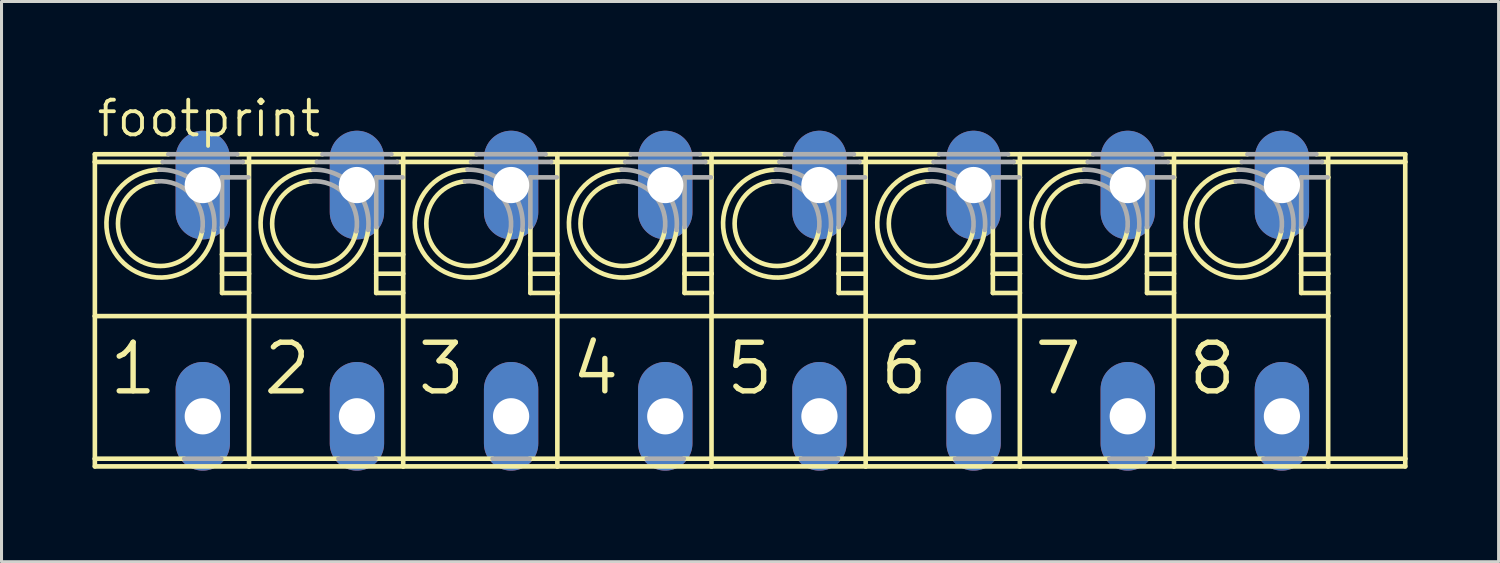
<source format=kicad_pcb>
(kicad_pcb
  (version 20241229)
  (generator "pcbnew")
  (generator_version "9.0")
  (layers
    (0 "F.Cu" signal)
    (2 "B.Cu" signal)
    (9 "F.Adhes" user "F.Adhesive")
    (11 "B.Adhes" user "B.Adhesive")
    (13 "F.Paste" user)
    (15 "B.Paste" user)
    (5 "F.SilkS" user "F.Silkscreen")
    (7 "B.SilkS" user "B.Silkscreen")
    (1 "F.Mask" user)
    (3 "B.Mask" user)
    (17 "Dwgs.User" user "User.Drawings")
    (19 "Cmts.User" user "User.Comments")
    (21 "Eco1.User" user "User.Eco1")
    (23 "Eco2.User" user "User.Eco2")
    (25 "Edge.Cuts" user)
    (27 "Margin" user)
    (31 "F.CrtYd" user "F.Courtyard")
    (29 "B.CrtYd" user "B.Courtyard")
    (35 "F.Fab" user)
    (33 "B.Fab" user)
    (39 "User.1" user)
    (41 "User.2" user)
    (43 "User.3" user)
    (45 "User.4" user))
  (footprint "footprint"
    (layer "F.Cu")
    (at 21.412 6.858)
    (property "Reference" "footprint" (at -21.336 -5.334 0) (layer "F.SilkS") (effects (font (size 1.143 1.143) (thickness 0.127)) (justify left bottom)))
    (fp_line (start -21.336 -4.572) (end -21.336 -4.826) (stroke (width 0.152) (type solid)) (layer "F.SilkS"))
    (fp_line (start -21.336 -4.572) (end -19.1 -4.572) (stroke (width 0.152) (type solid)) (layer "F.SilkS"))
    (fp_line (start -21.336 0.508) (end -21.336 -4.572) (stroke (width 0.152) (type solid)) (layer "F.SilkS"))
    (fp_line (start -21.336 0.508) (end -16.256 0.508) (stroke (width 0.152) (type solid)) (layer "F.SilkS"))
    (fp_line (start -21.336 5.207) (end -21.336 0.508) (stroke (width 0.152) (type solid)) (layer "F.SilkS"))
    (fp_line (start -21.336 5.207) (end -18.389 5.207) (stroke (width 0.152) (type solid)) (layer "F.SilkS"))
    (fp_line (start -21.336 5.461) (end -21.336 5.207) (stroke (width 0.152) (type solid)) (layer "F.SilkS"))
    (fp_line (start -18.916 -4.826) (end -21.336 -4.826) (stroke (width 0.152) (type solid)) (layer "F.SilkS"))
    (fp_line (start -17.171 5.207) (end -16.256 5.207) (stroke (width 0.152) (type solid)) (layer "F.SilkS"))
    (fp_line (start -17.145 -1.524) (end -17.145 -2.425) (stroke (width 0.152) (type solid)) (layer "F.SilkS"))
    (fp_line (start -17.145 -0.889) (end -17.145 -1.524) (stroke (width 0.152) (type solid)) (layer "F.SilkS"))
    (fp_line (start -17.145 -0.254) (end -17.145 -0.889) (stroke (width 0.152) (type solid)) (layer "F.SilkS"))
    (fp_line (start -16.46 -4.572) (end -16.256 -4.572) (stroke (width 0.152) (type solid)) (layer "F.SilkS"))
    (fp_line (start -16.256 -4.826) (end -16.644 -4.826) (stroke (width 0.152) (type solid)) (layer "F.SilkS"))
    (fp_line (start -16.256 -4.572) (end -16.256 -4.826) (stroke (width 0.152) (type solid)) (layer "F.SilkS"))
    (fp_line (start -16.256 -4.572) (end -14.02 -4.572) (stroke (width 0.152) (type solid)) (layer "F.SilkS"))
    (fp_line (start -16.256 -1.524) (end -17.145 -1.524) (stroke (width 0.152) (type solid)) (layer "F.SilkS"))
    (fp_line (start -16.256 -0.889) (end -17.145 -0.889) (stroke (width 0.152) (type solid)) (layer "F.SilkS"))
    (fp_line (start -16.256 -0.254) (end -17.145 -0.254) (stroke (width 0.152) (type solid)) (layer "F.SilkS"))
    (fp_line (start -16.256 0.508) (end -16.256 -4.572) (stroke (width 0.152) (type solid)) (layer "F.SilkS"))
    (fp_line (start -16.256 0.508) (end -11.176 0.508) (stroke (width 0.152) (type solid)) (layer "F.SilkS"))
    (fp_line (start -16.256 5.207) (end -16.256 0.508) (stroke (width 0.152) (type solid)) (layer "F.SilkS"))
    (fp_line (start -16.256 5.207) (end -13.309 5.207) (stroke (width 0.152) (type solid)) (layer "F.SilkS"))
    (fp_line (start -16.256 5.461) (end -21.336 5.461) (stroke (width 0.152) (type solid)) (layer "F.SilkS"))
    (fp_line (start -16.256 5.461) (end -16.256 5.207) (stroke (width 0.152) (type solid)) (layer "F.SilkS"))
    (fp_line (start -13.836 -4.826) (end -16.256 -4.826) (stroke (width 0.152) (type solid)) (layer "F.SilkS"))
    (fp_line (start -12.091 5.207) (end -11.176 5.207) (stroke (width 0.152) (type solid)) (layer "F.SilkS"))
    (fp_line (start -12.065 -1.524) (end -12.065 -2.425) (stroke (width 0.152) (type solid)) (layer "F.SilkS"))
    (fp_line (start -12.065 -0.889) (end -12.065 -1.524) (stroke (width 0.152) (type solid)) (layer "F.SilkS"))
    (fp_line (start -12.065 -0.254) (end -12.065 -0.889) (stroke (width 0.152) (type solid)) (layer "F.SilkS"))
    (fp_line (start -11.38 -4.572) (end -11.176 -4.572) (stroke (width 0.152) (type solid)) (layer "F.SilkS"))
    (fp_line (start -11.176 -4.826) (end -11.564 -4.826) (stroke (width 0.152) (type solid)) (layer "F.SilkS"))
    (fp_line (start -11.176 -4.572) (end -11.176 -4.826) (stroke (width 0.152) (type solid)) (layer "F.SilkS"))
    (fp_line (start -11.176 -4.572) (end -8.94 -4.572) (stroke (width 0.152) (type solid)) (layer "F.SilkS"))
    (fp_line (start -11.176 -1.524) (end -12.065 -1.524) (stroke (width 0.152) (type solid)) (layer "F.SilkS"))
    (fp_line (start -11.176 -0.889) (end -12.065 -0.889) (stroke (width 0.152) (type solid)) (layer "F.SilkS"))
    (fp_line (start -11.176 -0.254) (end -12.065 -0.254) (stroke (width 0.152) (type solid)) (layer "F.SilkS"))
    (fp_line (start -11.176 0.508) (end -11.176 -4.572) (stroke (width 0.152) (type solid)) (layer "F.SilkS"))
    (fp_line (start -11.176 0.508) (end -6.096 0.508) (stroke (width 0.152) (type solid)) (layer "F.SilkS"))
    (fp_line (start -11.176 5.207) (end -11.176 0.508) (stroke (width 0.152) (type solid)) (layer "F.SilkS"))
    (fp_line (start -11.176 5.207) (end -8.229 5.207) (stroke (width 0.152) (type solid)) (layer "F.SilkS"))
    (fp_line (start -11.176 5.461) (end -16.256 5.461) (stroke (width 0.152) (type solid)) (layer "F.SilkS"))
    (fp_line (start -11.176 5.461) (end -11.176 5.207) (stroke (width 0.152) (type solid)) (layer "F.SilkS"))
    (fp_line (start -8.756 -4.826) (end -11.176 -4.826) (stroke (width 0.152) (type solid)) (layer "F.SilkS"))
    (fp_line (start -7.011 5.207) (end -6.096 5.207) (stroke (width 0.152) (type solid)) (layer "F.SilkS"))
    (fp_line (start -6.985 -1.524) (end -6.985 -2.425) (stroke (width 0.152) (type solid)) (layer "F.SilkS"))
    (fp_line (start -6.985 -0.889) (end -6.985 -1.524) (stroke (width 0.152) (type solid)) (layer "F.SilkS"))
    (fp_line (start -6.985 -0.254) (end -6.985 -0.889) (stroke (width 0.152) (type solid)) (layer "F.SilkS"))
    (fp_line (start -6.3 -4.572) (end -6.096 -4.572) (stroke (width 0.152) (type solid)) (layer "F.SilkS"))
    (fp_line (start -6.096 -4.826) (end -6.484 -4.826) (stroke (width 0.152) (type solid)) (layer "F.SilkS"))
    (fp_line (start -6.096 -4.572) (end -6.096 -4.826) (stroke (width 0.152) (type solid)) (layer "F.SilkS"))
    (fp_line (start -6.096 -4.572) (end -3.86 -4.572) (stroke (width 0.152) (type solid)) (layer "F.SilkS"))
    (fp_line (start -6.096 -1.524) (end -6.985 -1.524) (stroke (width 0.152) (type solid)) (layer "F.SilkS"))
    (fp_line (start -6.096 -1.524) (end -6.096 -4.572) (stroke (width 0.152) (type solid)) (layer "F.SilkS"))
    (fp_line (start -6.096 -0.889) (end -6.985 -0.889) (stroke (width 0.152) (type solid)) (layer "F.SilkS"))
    (fp_line (start -6.096 -0.889) (end -6.096 -1.524) (stroke (width 0.152) (type solid)) (layer "F.SilkS"))
    (fp_line (start -6.096 -0.254) (end -6.985 -0.254) (stroke (width 0.152) (type solid)) (layer "F.SilkS"))
    (fp_line (start -6.096 -0.254) (end -6.096 -0.889) (stroke (width 0.152) (type solid)) (layer "F.SilkS"))
    (fp_line (start -6.096 0.508) (end -6.096 -0.254) (stroke (width 0.152) (type solid)) (layer "F.SilkS"))
    (fp_line (start -6.096 0.508) (end -1.016 0.508) (stroke (width 0.152) (type solid)) (layer "F.SilkS"))
    (fp_line (start -6.096 5.207) (end -6.096 0.508) (stroke (width 0.152) (type solid)) (layer "F.SilkS"))
    (fp_line (start -6.096 5.207) (end -3.149 5.207) (stroke (width 0.152) (type solid)) (layer "F.SilkS"))
    (fp_line (start -6.096 5.461) (end -11.176 5.461) (stroke (width 0.152) (type solid)) (layer "F.SilkS"))
    (fp_line (start -6.096 5.461) (end -6.096 5.207) (stroke (width 0.152) (type solid)) (layer "F.SilkS"))
    (fp_line (start -3.676 -4.826) (end -6.096 -4.826) (stroke (width 0.152) (type solid)) (layer "F.SilkS"))
    (fp_line (start -1.931 5.207) (end -1.016 5.207) (stroke (width 0.152) (type solid)) (layer "F.SilkS"))
    (fp_line (start -1.905 -1.524) (end -1.905 -2.425) (stroke (width 0.152) (type solid)) (layer "F.SilkS"))
    (fp_line (start -1.905 -0.889) (end -1.905 -1.524) (stroke (width 0.152) (type solid)) (layer "F.SilkS"))
    (fp_line (start -1.905 -0.254) (end -1.905 -0.889) (stroke (width 0.152) (type solid)) (layer "F.SilkS"))
    (fp_line (start -1.22 -4.572) (end -1.016 -4.572) (stroke (width 0.152) (type solid)) (layer "F.SilkS"))
    (fp_line (start -1.037 -4.064) (end -1.016 -4.064) (stroke (width 0.152) (type solid)) (layer "F.SilkS"))
    (fp_line (start -1.016 -4.826) (end -1.404 -4.826) (stroke (width 0.152) (type solid)) (layer "F.SilkS"))
    (fp_line (start -1.016 -4.572) (end -1.016 -4.826) (stroke (width 0.152) (type solid)) (layer "F.SilkS"))
    (fp_line (start -1.016 -4.572) (end 1.22 -4.572) (stroke (width 0.152) (type solid)) (layer "F.SilkS"))
    (fp_line (start -1.016 -4.064) (end -1.016 -4.572) (stroke (width 0.152) (type solid)) (layer "F.SilkS"))
    (fp_line (start -1.016 -1.524) (end -1.905 -1.524) (stroke (width 0.152) (type solid)) (layer "F.SilkS"))
    (fp_line (start -1.016 -1.524) (end -1.016 -4.064) (stroke (width 0.152) (type solid)) (layer "F.SilkS"))
    (fp_line (start -1.016 -0.889) (end -1.905 -0.889) (stroke (width 0.152) (type solid)) (layer "F.SilkS"))
    (fp_line (start -1.016 -0.889) (end -1.016 -1.524) (stroke (width 0.152) (type solid)) (layer "F.SilkS"))
    (fp_line (start -1.016 -0.254) (end -1.905 -0.254) (stroke (width 0.152) (type solid)) (layer "F.SilkS"))
    (fp_line (start -1.016 -0.254) (end -1.016 -0.889) (stroke (width 0.152) (type solid)) (layer "F.SilkS"))
    (fp_line (start -1.016 0.508) (end -1.016 -0.254) (stroke (width 0.152) (type solid)) (layer "F.SilkS"))
    (fp_line (start -1.016 0.508) (end 4.064 0.508) (stroke (width 0.152) (type solid)) (layer "F.SilkS"))
    (fp_line (start -1.016 5.207) (end -1.016 0.508) (stroke (width 0.152) (type solid)) (layer "F.SilkS"))
    (fp_line (start -1.016 5.207) (end 1.931 5.207) (stroke (width 0.152) (type solid)) (layer "F.SilkS"))
    (fp_line (start -1.016 5.461) (end -6.096 5.461) (stroke (width 0.152) (type solid)) (layer "F.SilkS"))
    (fp_line (start -1.016 5.461) (end -1.016 5.207) (stroke (width 0.152) (type solid)) (layer "F.SilkS"))
    (fp_line (start 1.404 -4.826) (end -1.016 -4.826) (stroke (width 0.152) (type solid)) (layer "F.SilkS"))
    (fp_line (start 3.149 5.207) (end 4.064 5.207) (stroke (width 0.152) (type solid)) (layer "F.SilkS"))
    (fp_line (start 3.175 -1.524) (end 3.175 -2.425) (stroke (width 0.152) (type solid)) (layer "F.SilkS"))
    (fp_line (start 3.175 -0.889) (end 3.175 -1.524) (stroke (width 0.152) (type solid)) (layer "F.SilkS"))
    (fp_line (start 3.175 -0.254) (end 3.175 -0.889) (stroke (width 0.152) (type solid)) (layer "F.SilkS"))
    (fp_line (start 3.86 -4.572) (end 4.064 -4.572) (stroke (width 0.152) (type solid)) (layer "F.SilkS"))
    (fp_line (start 4.043 -4.064) (end 4.064 -4.064) (stroke (width 0.152) (type solid)) (layer "F.SilkS"))
    (fp_line (start 4.064 -4.826) (end 3.676 -4.826) (stroke (width 0.152) (type solid)) (layer "F.SilkS"))
    (fp_line (start 4.064 -4.572) (end 4.064 -4.826) (stroke (width 0.152) (type solid)) (layer "F.SilkS"))
    (fp_line (start 4.064 -4.572) (end 6.3 -4.572) (stroke (width 0.152) (type solid)) (layer "F.SilkS"))
    (fp_line (start 4.064 -4.064) (end 4.064 -4.572) (stroke (width 0.152) (type solid)) (layer "F.SilkS"))
    (fp_line (start 4.064 -1.524) (end 3.175 -1.524) (stroke (width 0.152) (type solid)) (layer "F.SilkS"))
    (fp_line (start 4.064 -1.524) (end 4.064 -4.064) (stroke (width 0.152) (type solid)) (layer "F.SilkS"))
    (fp_line (start 4.064 -0.889) (end 3.175 -0.889) (stroke (width 0.152) (type solid)) (layer "F.SilkS"))
    (fp_line (start 4.064 -0.889) (end 4.064 -1.524) (stroke (width 0.152) (type solid)) (layer "F.SilkS"))
    (fp_line (start 4.064 -0.254) (end 3.175 -0.254) (stroke (width 0.152) (type solid)) (layer "F.SilkS"))
    (fp_line (start 4.064 -0.254) (end 4.064 -0.889) (stroke (width 0.152) (type solid)) (layer "F.SilkS"))
    (fp_line (start 4.064 0.508) (end 4.064 -0.254) (stroke (width 0.152) (type solid)) (layer "F.SilkS"))
    (fp_line (start 4.064 0.508) (end 9.144 0.508) (stroke (width 0.152) (type solid)) (layer "F.SilkS"))
    (fp_line (start 4.064 5.207) (end 4.064 0.508) (stroke (width 0.152) (type solid)) (layer "F.SilkS"))
    (fp_line (start 4.064 5.207) (end 7.011 5.207) (stroke (width 0.152) (type solid)) (layer "F.SilkS"))
    (fp_line (start 4.064 5.461) (end -1.016 5.461) (stroke (width 0.152) (type solid)) (layer "F.SilkS"))
    (fp_line (start 4.064 5.461) (end 4.064 5.207) (stroke (width 0.152) (type solid)) (layer "F.SilkS"))
    (fp_line (start 6.484 -4.826) (end 4.064 -4.826) (stroke (width 0.152) (type solid)) (layer "F.SilkS"))
    (fp_line (start 8.229 5.207) (end 9.144 5.207) (stroke (width 0.152) (type solid)) (layer "F.SilkS"))
    (fp_line (start 8.255 -1.524) (end 8.255 -2.425) (stroke (width 0.152) (type solid)) (layer "F.SilkS"))
    (fp_line (start 8.255 -0.889) (end 8.255 -1.524) (stroke (width 0.152) (type solid)) (layer "F.SilkS"))
    (fp_line (start 8.255 -0.254) (end 8.255 -0.889) (stroke (width 0.152) (type solid)) (layer "F.SilkS"))
    (fp_line (start 8.94 -4.572) (end 9.144 -4.572) (stroke (width 0.152) (type solid)) (layer "F.SilkS"))
    (fp_line (start 9.123 -4.064) (end 9.144 -4.064) (stroke (width 0.152) (type solid)) (layer "F.SilkS"))
    (fp_line (start 9.144 -4.826) (end 8.756 -4.826) (stroke (width 0.152) (type solid)) (layer "F.SilkS"))
    (fp_line (start 9.144 -4.572) (end 9.144 -4.826) (stroke (width 0.152) (type solid)) (layer "F.SilkS"))
    (fp_line (start 9.144 -4.572) (end 11.38 -4.572) (stroke (width 0.152) (type solid)) (layer "F.SilkS"))
    (fp_line (start 9.144 -4.064) (end 9.144 -4.572) (stroke (width 0.152) (type solid)) (layer "F.SilkS"))
    (fp_line (start 9.144 -1.524) (end 8.255 -1.524) (stroke (width 0.152) (type solid)) (layer "F.SilkS"))
    (fp_line (start 9.144 -1.524) (end 9.144 -4.064) (stroke (width 0.152) (type solid)) (layer "F.SilkS"))
    (fp_line (start 9.144 -0.889) (end 8.255 -0.889) (stroke (width 0.152) (type solid)) (layer "F.SilkS"))
    (fp_line (start 9.144 -0.889) (end 9.144 -1.524) (stroke (width 0.152) (type solid)) (layer "F.SilkS"))
    (fp_line (start 9.144 -0.254) (end 8.255 -0.254) (stroke (width 0.152) (type solid)) (layer "F.SilkS"))
    (fp_line (start 9.144 -0.254) (end 9.144 -0.889) (stroke (width 0.152) (type solid)) (layer "F.SilkS"))
    (fp_line (start 9.144 0.508) (end 9.144 -0.254) (stroke (width 0.152) (type solid)) (layer "F.SilkS"))
    (fp_line (start 9.144 0.508) (end 14.224 0.508) (stroke (width 0.152) (type solid)) (layer "F.SilkS"))
    (fp_line (start 9.144 5.207) (end 9.144 0.508) (stroke (width 0.152) (type solid)) (layer "F.SilkS"))
    (fp_line (start 9.144 5.207) (end 12.091 5.207) (stroke (width 0.152) (type solid)) (layer "F.SilkS"))
    (fp_line (start 9.144 5.461) (end 4.064 5.461) (stroke (width 0.152) (type solid)) (layer "F.SilkS"))
    (fp_line (start 9.144 5.461) (end 9.144 5.207) (stroke (width 0.152) (type solid)) (layer "F.SilkS"))
    (fp_line (start 11.564 -4.826) (end 9.144 -4.826) (stroke (width 0.152) (type solid)) (layer "F.SilkS"))
    (fp_line (start 13.309 5.207) (end 14.224 5.207) (stroke (width 0.152) (type solid)) (layer "F.SilkS"))
    (fp_line (start 13.335 -1.524) (end 13.335 -2.425) (stroke (width 0.152) (type solid)) (layer "F.SilkS"))
    (fp_line (start 13.335 -0.889) (end 13.335 -1.524) (stroke (width 0.152) (type solid)) (layer "F.SilkS"))
    (fp_line (start 13.335 -0.254) (end 13.335 -0.889) (stroke (width 0.152) (type solid)) (layer "F.SilkS"))
    (fp_line (start 14.02 -4.572) (end 14.224 -4.572) (stroke (width 0.152) (type solid)) (layer "F.SilkS"))
    (fp_line (start 14.203 -4.064) (end 14.224 -4.064) (stroke (width 0.152) (type solid)) (layer "F.SilkS"))
    (fp_line (start 14.224 -4.826) (end 13.836 -4.826) (stroke (width 0.152) (type solid)) (layer "F.SilkS"))
    (fp_line (start 14.224 -4.572) (end 14.224 -4.826) (stroke (width 0.152) (type solid)) (layer "F.SilkS"))
    (fp_line (start 14.224 -4.572) (end 16.46 -4.572) (stroke (width 0.152) (type solid)) (layer "F.SilkS"))
    (fp_line (start 14.224 -4.064) (end 14.224 -4.572) (stroke (width 0.152) (type solid)) (layer "F.SilkS"))
    (fp_line (start 14.224 -1.524) (end 13.335 -1.524) (stroke (width 0.152) (type solid)) (layer "F.SilkS"))
    (fp_line (start 14.224 -0.889) (end 13.335 -0.889) (stroke (width 0.152) (type solid)) (layer "F.SilkS"))
    (fp_line (start 14.224 -0.254) (end 13.335 -0.254) (stroke (width 0.152) (type solid)) (layer "F.SilkS"))
    (fp_line (start 14.224 0.508) (end 14.224 -4.064) (stroke (width 0.152) (type solid)) (layer "F.SilkS"))
    (fp_line (start 14.224 0.508) (end 19.304 0.508) (stroke (width 0.152) (type solid)) (layer "F.SilkS"))
    (fp_line (start 14.224 5.207) (end 14.224 0.508) (stroke (width 0.152) (type solid)) (layer "F.SilkS"))
    (fp_line (start 14.224 5.207) (end 17.171 5.207) (stroke (width 0.152) (type solid)) (layer "F.SilkS"))
    (fp_line (start 14.224 5.461) (end 9.144 5.461) (stroke (width 0.152) (type solid)) (layer "F.SilkS"))
    (fp_line (start 14.224 5.461) (end 14.224 5.207) (stroke (width 0.152) (type solid)) (layer "F.SilkS"))
    (fp_line (start 16.644 -4.826) (end 14.224 -4.826) (stroke (width 0.152) (type solid)) (layer "F.SilkS"))
    (fp_line (start 18.415 -1.524) (end 18.415 -2.425) (stroke (width 0.152) (type solid)) (layer "F.SilkS"))
    (fp_line (start 18.415 -0.889) (end 18.415 -1.524) (stroke (width 0.152) (type solid)) (layer "F.SilkS"))
    (fp_line (start 18.415 -0.254) (end 18.415 -0.889) (stroke (width 0.152) (type solid)) (layer "F.SilkS"))
    (fp_line (start 19.283 -4.064) (end 19.304 -4.064) (stroke (width 0.152) (type solid)) (layer "F.SilkS"))
    (fp_line (start 19.304 -4.064) (end 19.304 -4.826) (stroke (width 0.152) (type solid)) (layer "F.SilkS"))
    (fp_line (start 19.304 -1.524) (end 18.415 -1.524) (stroke (width 0.152) (type solid)) (layer "F.SilkS"))
    (fp_line (start 19.304 -1.524) (end 19.304 -4.064) (stroke (width 0.152) (type solid)) (layer "F.SilkS"))
    (fp_line (start 19.304 -0.889) (end 18.415 -0.889) (stroke (width 0.152) (type solid)) (layer "F.SilkS"))
    (fp_line (start 19.304 -0.889) (end 19.304 -1.524) (stroke (width 0.152) (type solid)) (layer "F.SilkS"))
    (fp_line (start 19.304 -0.254) (end 18.415 -0.254) (stroke (width 0.152) (type solid)) (layer "F.SilkS"))
    (fp_line (start 19.304 -0.254) (end 19.304 -0.889) (stroke (width 0.152) (type solid)) (layer "F.SilkS"))
    (fp_line (start 19.304 0.508) (end 19.304 -0.254) (stroke (width 0.152) (type solid)) (layer "F.SilkS"))
    (fp_line (start 19.304 5.461) (end 19.304 0.508) (stroke (width 0.152) (type solid)) (layer "F.SilkS"))
    (fp_line (start 21.844 -4.826) (end 18.916 -4.826) (stroke (width 0.152) (type solid)) (layer "F.SilkS"))
    (fp_line (start 21.844 -4.572) (end 19.1 -4.572) (stroke (width 0.152) (type solid)) (layer "F.SilkS"))
    (fp_line (start 21.844 -4.572) (end 21.844 -4.826) (stroke (width 0.152) (type solid)) (layer "F.SilkS"))
    (fp_line (start 21.844 5.207) (end 18.389 5.207) (stroke (width 0.152) (type solid)) (layer "F.SilkS"))
    (fp_line (start 21.844 5.207) (end 21.844 -4.572) (stroke (width 0.152) (type solid)) (layer "F.SilkS"))
    (fp_line (start 21.844 5.461) (end 14.224 5.461) (stroke (width 0.152) (type solid)) (layer "F.SilkS"))
    (fp_line (start 21.844 5.461) (end 21.844 5.207) (stroke (width 0.152) (type solid)) (layer "F.SilkS"))
    (fp_arc (start -17.802798 -2.286201) (mid -20.210823 -1.599522) (end -19.2992 -3.9317) (stroke (width 0.1524) (type solid)) (layer "F.SilkS"))
    (fp_arc (start -17.4108 -2.3312) (mid -20.492817 -1.343062) (end -19.2169 -4.3175) (stroke (width 0.1524) (type solid)) (layer "F.SilkS"))
    (fp_arc (start -12.722798 -2.286201) (mid -15.130823 -1.599522) (end -14.2192 -3.9317) (stroke (width 0.1524) (type solid)) (layer "F.SilkS"))
    (fp_arc (start -12.3308 -2.3312) (mid -15.412817 -1.343062) (end -14.1369 -4.3175) (stroke (width 0.1524) (type solid)) (layer "F.SilkS"))
    (fp_arc (start -7.642798 -2.286201) (mid -10.050823 -1.599522) (end -9.1392 -3.9317) (stroke (width 0.1524) (type solid)) (layer "F.SilkS"))
    (fp_arc (start -7.2508 -2.3312) (mid -10.332817 -1.343062) (end -9.0569 -4.3175) (stroke (width 0.1524) (type solid)) (layer "F.SilkS"))
    (fp_arc (start -2.562798 -2.286201) (mid -4.970823 -1.599522) (end -4.0592 -3.9317) (stroke (width 0.1524) (type solid)) (layer "F.SilkS"))
    (fp_arc (start -2.1708 -2.3312) (mid -5.252817 -1.343062) (end -3.9769 -4.3175) (stroke (width 0.1524) (type solid)) (layer "F.SilkS"))
    (fp_arc (start 2.5172 -2.2862) (mid 0.109175 -1.599523) (end 1.0208 -3.9317) (stroke (width 0.1524) (type solid)) (layer "F.SilkS"))
    (fp_arc (start 2.909199 -2.331199) (mid -0.172819 -1.343062) (end 1.1031 -4.3175) (stroke (width 0.1524) (type solid)) (layer "F.SilkS"))
    (fp_arc (start 7.5972 -2.2862) (mid 5.189175 -1.599523) (end 6.1008 -3.9317) (stroke (width 0.1524) (type solid)) (layer "F.SilkS"))
    (fp_arc (start 7.989199 -2.331199) (mid 4.907181 -1.343062) (end 6.1831 -4.3175) (stroke (width 0.1524) (type solid)) (layer "F.SilkS"))
    (fp_arc (start 12.6772 -2.2862) (mid 10.269175 -1.599523) (end 11.1808 -3.9317) (stroke (width 0.1524) (type solid)) (layer "F.SilkS"))
    (fp_arc (start 13.069199 -2.331199) (mid 9.987181 -1.343062) (end 11.2631 -4.3175) (stroke (width 0.1524) (type solid)) (layer "F.SilkS"))
    (fp_arc (start 17.7572 -2.2862) (mid 15.349175 -1.599523) (end 16.2608 -3.9317) (stroke (width 0.1524) (type solid)) (layer "F.SilkS"))
    (fp_arc (start 18.149199 -2.331199) (mid 15.067181 -1.343062) (end 16.3431 -4.3175) (stroke (width 0.1524) (type solid)) (layer "F.SilkS"))
    (fp_line (start -19.1 -4.572) (end -16.46 -4.572) (stroke (width 0.152) (type solid)) (layer "F.Fab"))
    (fp_line (start -18.389 5.207) (end -17.171 5.207) (stroke (width 0.152) (type solid)) (layer "F.Fab"))
    (fp_line (start -17.145 -4.064) (end -16.277 -4.064) (stroke (width 0.152) (type solid)) (layer "F.Fab"))
    (fp_line (start -17.145 -2.425) (end -17.145 -4.064) (stroke (width 0.152) (type solid)) (layer "F.Fab"))
    (fp_line (start -16.644 -4.826) (end -18.916 -4.826) (stroke (width 0.152) (type solid)) (layer "F.Fab"))
    (fp_line (start -14.02 -4.572) (end -11.38 -4.572) (stroke (width 0.152) (type solid)) (layer "F.Fab"))
    (fp_line (start -13.309 5.207) (end -12.091 5.207) (stroke (width 0.152) (type solid)) (layer "F.Fab"))
    (fp_line (start -12.065 -4.064) (end -11.197 -4.064) (stroke (width 0.152) (type solid)) (layer "F.Fab"))
    (fp_line (start -12.065 -2.425) (end -12.065 -4.064) (stroke (width 0.152) (type solid)) (layer "F.Fab"))
    (fp_line (start -11.564 -4.826) (end -13.836 -4.826) (stroke (width 0.152) (type solid)) (layer "F.Fab"))
    (fp_line (start -8.94 -4.572) (end -6.3 -4.572) (stroke (width 0.152) (type solid)) (layer "F.Fab"))
    (fp_line (start -8.229 5.207) (end -7.011 5.207) (stroke (width 0.152) (type solid)) (layer "F.Fab"))
    (fp_line (start -6.985 -4.064) (end -6.117 -4.064) (stroke (width 0.152) (type solid)) (layer "F.Fab"))
    (fp_line (start -6.985 -2.425) (end -6.985 -4.064) (stroke (width 0.152) (type solid)) (layer "F.Fab"))
    (fp_line (start -6.484 -4.826) (end -8.756 -4.826) (stroke (width 0.152) (type solid)) (layer "F.Fab"))
    (fp_line (start -3.86 -4.572) (end -1.22 -4.572) (stroke (width 0.152) (type solid)) (layer "F.Fab"))
    (fp_line (start -3.149 5.207) (end -1.931 5.207) (stroke (width 0.152) (type solid)) (layer "F.Fab"))
    (fp_line (start -1.905 -4.064) (end -1.037 -4.064) (stroke (width 0.152) (type solid)) (layer "F.Fab"))
    (fp_line (start -1.905 -2.425) (end -1.905 -4.064) (stroke (width 0.152) (type solid)) (layer "F.Fab"))
    (fp_line (start -1.404 -4.826) (end -3.676 -4.826) (stroke (width 0.152) (type solid)) (layer "F.Fab"))
    (fp_line (start 1.22 -4.572) (end 3.86 -4.572) (stroke (width 0.152) (type solid)) (layer "F.Fab"))
    (fp_line (start 1.931 5.207) (end 3.149 5.207) (stroke (width 0.152) (type solid)) (layer "F.Fab"))
    (fp_line (start 3.175 -4.064) (end 4.043 -4.064) (stroke (width 0.152) (type solid)) (layer "F.Fab"))
    (fp_line (start 3.175 -2.425) (end 3.175 -4.064) (stroke (width 0.152) (type solid)) (layer "F.Fab"))
    (fp_line (start 3.676 -4.826) (end 1.404 -4.826) (stroke (width 0.152) (type solid)) (layer "F.Fab"))
    (fp_line (start 6.3 -4.572) (end 8.94 -4.572) (stroke (width 0.152) (type solid)) (layer "F.Fab"))
    (fp_line (start 7.011 5.207) (end 8.229 5.207) (stroke (width 0.152) (type solid)) (layer "F.Fab"))
    (fp_line (start 8.255 -4.064) (end 9.123 -4.064) (stroke (width 0.152) (type solid)) (layer "F.Fab"))
    (fp_line (start 8.255 -2.425) (end 8.255 -4.064) (stroke (width 0.152) (type solid)) (layer "F.Fab"))
    (fp_line (start 8.756 -4.826) (end 6.484 -4.826) (stroke (width 0.152) (type solid)) (layer "F.Fab"))
    (fp_line (start 11.38 -4.572) (end 14.02 -4.572) (stroke (width 0.152) (type solid)) (layer "F.Fab"))
    (fp_line (start 12.091 5.207) (end 13.309 5.207) (stroke (width 0.152) (type solid)) (layer "F.Fab"))
    (fp_line (start 13.335 -4.064) (end 14.203 -4.064) (stroke (width 0.152) (type solid)) (layer "F.Fab"))
    (fp_line (start 13.335 -2.425) (end 13.335 -4.064) (stroke (width 0.152) (type solid)) (layer "F.Fab"))
    (fp_line (start 13.836 -4.826) (end 11.564 -4.826) (stroke (width 0.152) (type solid)) (layer "F.Fab"))
    (fp_line (start 16.46 -4.572) (end 19.1 -4.572) (stroke (width 0.152) (type solid)) (layer "F.Fab"))
    (fp_line (start 17.171 5.207) (end 18.389 5.207) (stroke (width 0.152) (type solid)) (layer "F.Fab"))
    (fp_line (start 18.415 -4.064) (end 19.283 -4.064) (stroke (width 0.152) (type solid)) (layer "F.Fab"))
    (fp_line (start 18.415 -2.425) (end 18.415 -4.064) (stroke (width 0.152) (type solid)) (layer "F.Fab"))
    (fp_line (start 18.916 -4.826) (end 16.644 -4.826) (stroke (width 0.152) (type solid)) (layer "F.Fab"))
    (fp_arc (start -19.2992 -3.9317) (mid -18.143305 -3.479838) (end -17.803098 -2.286301) (stroke (width 0.1524) (type solid)) (layer "F.Fab"))
    (fp_arc (start -19.2169 -4.3175) (mid -17.861248 -3.735937) (end -17.410999 -2.331201) (stroke (width 0.1524) (type solid)) (layer "F.Fab"))
    (fp_arc (start -14.2192 -3.9317) (mid -13.063305 -3.479838) (end -12.723098 -2.286301) (stroke (width 0.1524) (type solid)) (layer "F.Fab"))
    (fp_arc (start -14.1369 -4.3175) (mid -12.781248 -3.735937) (end -12.330999 -2.331201) (stroke (width 0.1524) (type solid)) (layer "F.Fab"))
    (fp_arc (start -9.1392 -3.9317) (mid -7.983305 -3.479838) (end -7.643098 -2.286301) (stroke (width 0.1524) (type solid)) (layer "F.Fab"))
    (fp_arc (start -9.0569 -4.3175) (mid -7.701248 -3.735937) (end -7.250999 -2.331201) (stroke (width 0.1524) (type solid)) (layer "F.Fab"))
    (fp_arc (start -4.0592 -3.9317) (mid -2.903305 -3.479838) (end -2.563098 -2.286301) (stroke (width 0.1524) (type solid)) (layer "F.Fab"))
    (fp_arc (start -3.9769 -4.3175) (mid -2.621248 -3.735937) (end -2.170999 -2.331201) (stroke (width 0.1524) (type solid)) (layer "F.Fab"))
    (fp_arc (start 1.0208 -3.9317) (mid 2.176694 -3.479837) (end 2.5169 -2.2863) (stroke (width 0.1524) (type solid)) (layer "F.Fab"))
    (fp_arc (start 1.1031 -4.3175) (mid 2.458752 -3.735936) (end 2.909 -2.3312) (stroke (width 0.1524) (type solid)) (layer "F.Fab"))
    (fp_arc (start 6.1008 -3.9317) (mid 7.256694 -3.479837) (end 7.5969 -2.2863) (stroke (width 0.1524) (type solid)) (layer "F.Fab"))
    (fp_arc (start 6.1831 -4.3175) (mid 7.538752 -3.735936) (end 7.989 -2.3312) (stroke (width 0.1524) (type solid)) (layer "F.Fab"))
    (fp_arc (start 11.1808 -3.9317) (mid 12.336694 -3.479837) (end 12.6769 -2.2863) (stroke (width 0.1524) (type solid)) (layer "F.Fab"))
    (fp_arc (start 11.2631 -4.3175) (mid 12.618752 -3.735936) (end 13.069 -2.3312) (stroke (width 0.1524) (type solid)) (layer "F.Fab"))
    (fp_arc (start 16.2608 -3.9317) (mid 17.416694 -3.479837) (end 17.7569 -2.2863) (stroke (width 0.1524) (type solid)) (layer "F.Fab"))
    (fp_arc (start 16.3431 -4.3175) (mid 17.698752 -3.735936) (end 18.149 -2.3312) (stroke (width 0.1524) (type solid)) (layer "F.Fab"))
    (fp_text user "8" (at 14.605 3.175 0) (layer "F.SilkS") (effects (font (size 1.6 1.6) (thickness 0.178)) (justify left bottom)))
    (fp_text user "7" (at 9.525 3.175 0) (layer "F.SilkS") (effects (font (size 1.6 1.6) (thickness 0.178)) (justify left bottom)))
    (fp_text user "2" (at -15.875 3.175 0) (layer "F.SilkS") (effects (font (size 1.6 1.6) (thickness 0.178)) (justify left bottom)))
    (fp_text user "6" (at 4.445 3.175 0) (layer "F.SilkS") (effects (font (size 1.6 1.6) (thickness 0.178)) (justify left bottom)))
    (fp_text user "5" (at -0.635 3.175 0) (layer "F.SilkS") (effects (font (size 1.6 1.6) (thickness 0.178)) (justify left bottom)))
    (fp_text user "4" (at -5.715 3.175 0) (layer "F.SilkS") (effects (font (size 1.6 1.6) (thickness 0.178)) (justify left bottom)))
    (fp_text user "1" (at -20.955 3.175 0) (layer "F.SilkS") (effects (font (size 1.6 1.6) (thickness 0.178)) (justify left bottom)))
    (fp_text user "3" (at -10.795 3.175 0) (layer "F.SilkS") (effects (font (size 1.6 1.6) (thickness 0.178)) (justify left bottom)))
    (pad "1" thru_hole oval (at -17.78 3.81 90) (size 3.581 1.791) (drill 1.194) (layers "*.Cu" "*.Mask"))
    (pad "1A" thru_hole oval (at -17.78 -3.81 90) (size 3.581 1.791) (drill 1.194) (layers "*.Cu" "*.Mask"))
    (pad "2" thru_hole oval (at -12.7 3.81 90) (size 3.581 1.791) (drill 1.194) (layers "*.Cu" "*.Mask"))
    (pad "2A" thru_hole oval (at -12.7 -3.81 90) (size 3.581 1.791) (drill 1.194) (layers "*.Cu" "*.Mask"))
    (pad "3" thru_hole oval (at -7.62 3.81 90) (size 3.581 1.791) (drill 1.194) (layers "*.Cu" "*.Mask"))
    (pad "3A" thru_hole oval (at -7.62 -3.81 90) (size 3.581 1.791) (drill 1.194) (layers "*.Cu" "*.Mask"))
    (pad "4" thru_hole oval (at -2.54 3.81 90) (size 3.581 1.791) (drill 1.194) (layers "*.Cu" "*.Mask"))
    (pad "4A" thru_hole oval (at -2.54 -3.81 90) (size 3.581 1.791) (drill 1.194) (layers "*.Cu" "*.Mask"))
    (pad "5" thru_hole oval (at 2.54 3.81 90) (size 3.581 1.791) (drill 1.194) (layers "*.Cu" "*.Mask"))
    (pad "5A" thru_hole oval (at 2.54 -3.81 90) (size 3.581 1.791) (drill 1.194) (layers "*.Cu" "*.Mask"))
    (pad "6" thru_hole oval (at 7.62 3.81 90) (size 3.581 1.791) (drill 1.194) (layers "*.Cu" "*.Mask"))
    (pad "6A" thru_hole oval (at 7.62 -3.81 90) (size 3.581 1.791) (drill 1.194) (layers "*.Cu" "*.Mask"))
    (pad "7" thru_hole oval (at 12.7 3.81 90) (size 3.581 1.791) (drill 1.194) (layers "*.Cu" "*.Mask"))
    (pad "7A" thru_hole oval (at 12.7 -3.81 90) (size 3.581 1.791) (drill 1.194) (layers "*.Cu" "*.Mask"))
    (pad "8" thru_hole oval (at 17.78 3.81 90) (size 3.581 1.791) (drill 1.194) (layers "*.Cu" "*.Mask"))
    (pad "8A" thru_hole oval (at 17.78 -3.81 90) (size 3.581 1.791) (drill 1.194) (layers "*.Cu" "*.Mask")))
  (gr_rect
    (start -3 -3)
    (end 46.332 15.459)
    (stroke (width 0.1) (type default))
    (fill no)
    (layer "Edge.Cuts")))
</source>
